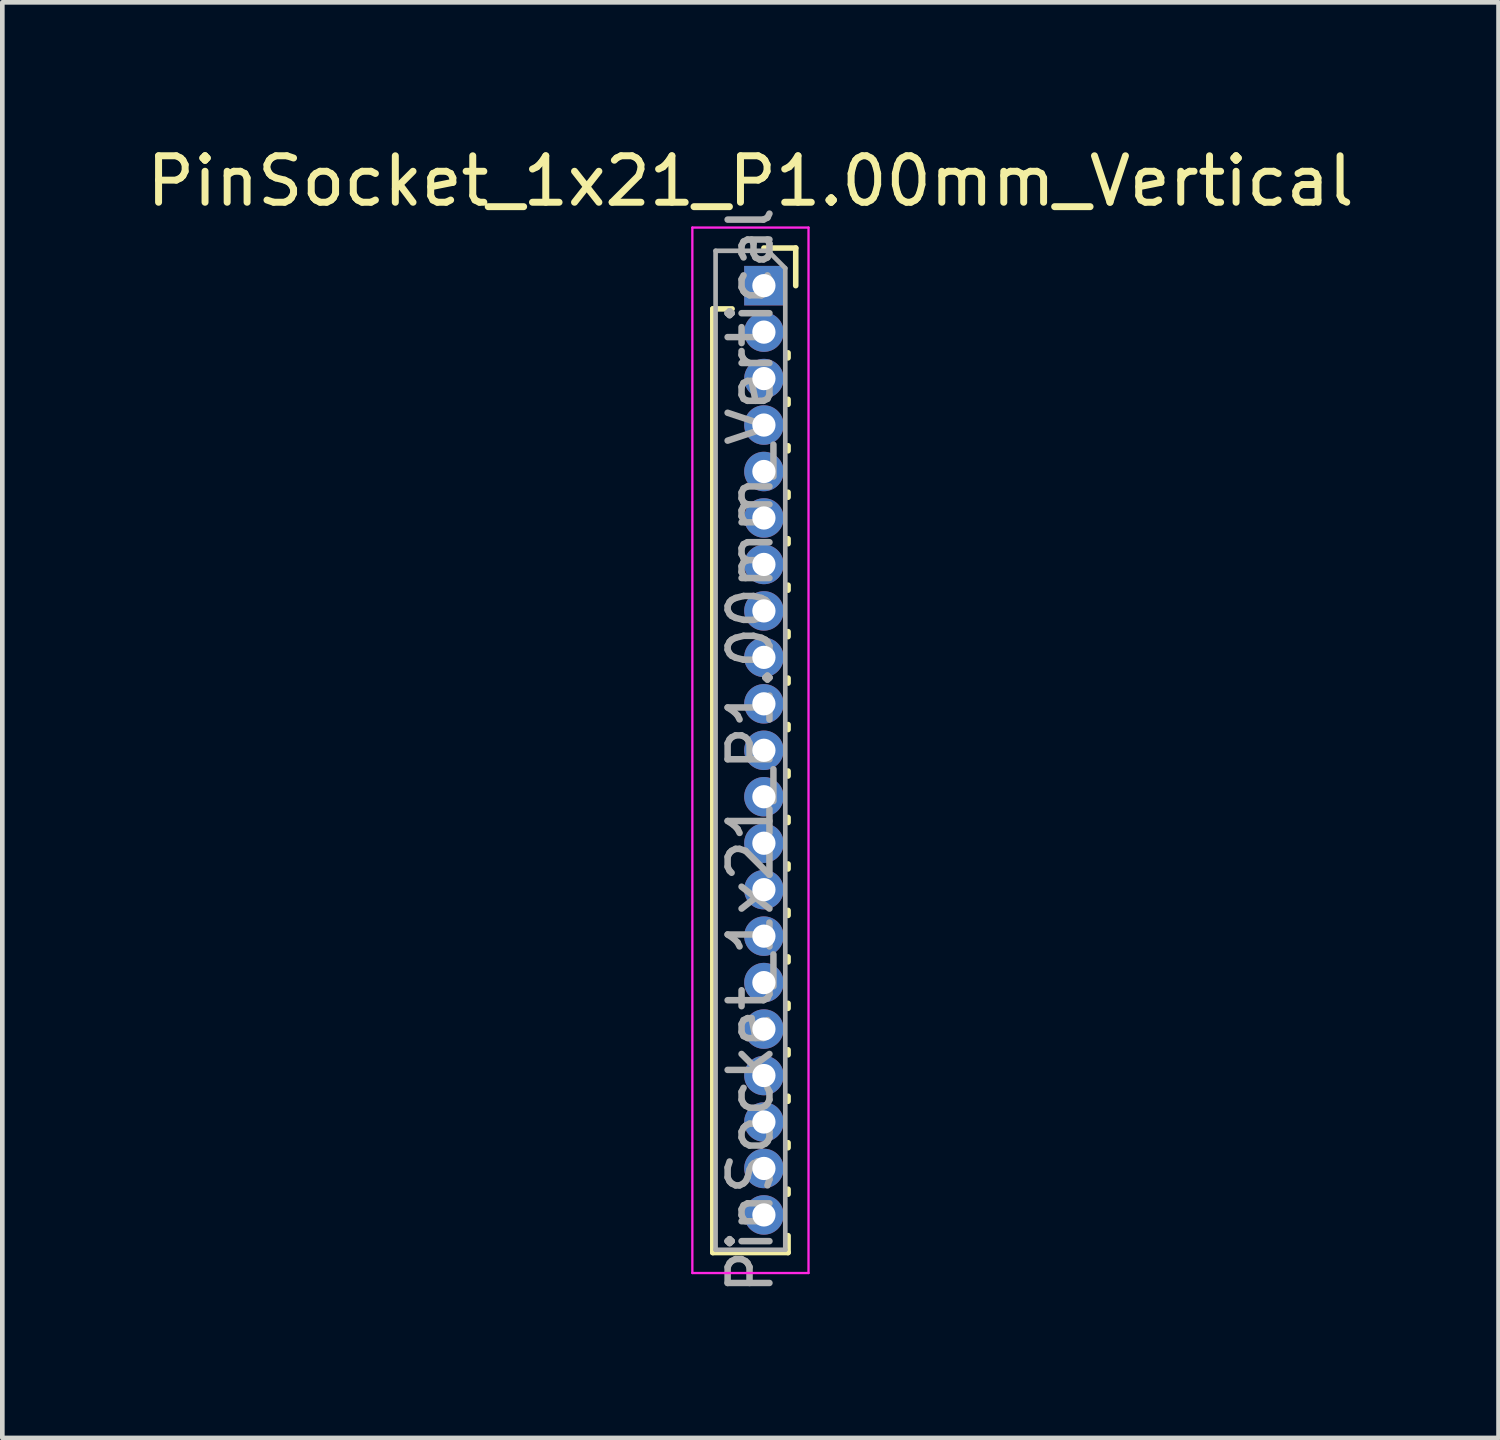
<source format=kicad_pcb>
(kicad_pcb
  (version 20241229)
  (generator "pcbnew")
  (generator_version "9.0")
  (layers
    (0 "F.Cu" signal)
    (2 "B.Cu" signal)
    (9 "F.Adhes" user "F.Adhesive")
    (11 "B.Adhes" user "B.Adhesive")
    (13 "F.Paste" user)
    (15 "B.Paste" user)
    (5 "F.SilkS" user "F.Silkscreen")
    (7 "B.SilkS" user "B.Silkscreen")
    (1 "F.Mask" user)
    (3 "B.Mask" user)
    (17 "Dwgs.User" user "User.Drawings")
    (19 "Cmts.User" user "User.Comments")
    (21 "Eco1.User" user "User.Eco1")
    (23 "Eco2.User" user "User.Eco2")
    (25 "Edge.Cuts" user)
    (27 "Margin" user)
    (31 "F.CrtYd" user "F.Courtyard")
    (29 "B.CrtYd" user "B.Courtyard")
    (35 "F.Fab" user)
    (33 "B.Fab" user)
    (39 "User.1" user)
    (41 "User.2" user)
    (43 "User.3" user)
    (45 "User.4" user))
  (footprint "PinSocket_1x21_P1.00mm_Vertical"
    (layer "F.Cu")
    (at 13.391 3.098)
    (property "Reference" "PinSocket_1x21_P1.00mm_Vertical" (at -0.29 -2.25 0) (layer "F.SilkS") (effects (font (size 1 1) (thickness 0.15))))
    (attr through_hole)
    (fp_line (start -1.1 0.5) (end -1.1 20.81) (stroke (width 0.12) (type solid)) (layer "F.SilkS"))
    (fp_line (start -1.1 0.5) (end -0.685 0.5) (stroke (width 0.12) (type solid)) (layer "F.SilkS"))
    (fp_line (start -1.1 20.81) (end 0.52 20.81) (stroke (width 0.12) (type solid)) (layer "F.SilkS"))
    (fp_line (start 0 -0.81) (end 0.685 -0.81) (stroke (width 0.12) (type solid)) (layer "F.SilkS"))
    (fp_line (start 0.52 1.446) (end 0.52 1.554) (stroke (width 0.12) (type solid)) (layer "F.SilkS"))
    (fp_line (start 0.52 2.446) (end 0.52 2.554) (stroke (width 0.12) (type solid)) (layer "F.SilkS"))
    (fp_line (start 0.52 3.446) (end 0.52 3.554) (stroke (width 0.12) (type solid)) (layer "F.SilkS"))
    (fp_line (start 0.52 4.446) (end 0.52 4.554) (stroke (width 0.12) (type solid)) (layer "F.SilkS"))
    (fp_line (start 0.52 5.446) (end 0.52 5.554) (stroke (width 0.12) (type solid)) (layer "F.SilkS"))
    (fp_line (start 0.52 6.446) (end 0.52 6.554) (stroke (width 0.12) (type solid)) (layer "F.SilkS"))
    (fp_line (start 0.52 7.446) (end 0.52 7.554) (stroke (width 0.12) (type solid)) (layer "F.SilkS"))
    (fp_line (start 0.52 8.446) (end 0.52 8.554) (stroke (width 0.12) (type solid)) (layer "F.SilkS"))
    (fp_line (start 0.52 9.446) (end 0.52 9.554) (stroke (width 0.12) (type solid)) (layer "F.SilkS"))
    (fp_line (start 0.52 10.446) (end 0.52 10.554) (stroke (width 0.12) (type solid)) (layer "F.SilkS"))
    (fp_line (start 0.52 11.446) (end 0.52 11.554) (stroke (width 0.12) (type solid)) (layer "F.SilkS"))
    (fp_line (start 0.52 12.446) (end 0.52 12.554) (stroke (width 0.12) (type solid)) (layer "F.SilkS"))
    (fp_line (start 0.52 13.446) (end 0.52 13.554) (stroke (width 0.12) (type solid)) (layer "F.SilkS"))
    (fp_line (start 0.52 14.446) (end 0.52 14.554) (stroke (width 0.12) (type solid)) (layer "F.SilkS"))
    (fp_line (start 0.52 15.446) (end 0.52 15.554) (stroke (width 0.12) (type solid)) (layer "F.SilkS"))
    (fp_line (start 0.52 16.446) (end 0.52 16.554) (stroke (width 0.12) (type solid)) (layer "F.SilkS"))
    (fp_line (start 0.52 17.446) (end 0.52 17.554) (stroke (width 0.12) (type solid)) (layer "F.SilkS"))
    (fp_line (start 0.52 18.446) (end 0.52 18.554) (stroke (width 0.12) (type solid)) (layer "F.SilkS"))
    (fp_line (start 0.52 19.446) (end 0.52 19.554) (stroke (width 0.12) (type solid)) (layer "F.SilkS"))
    (fp_line (start 0.52 20.446) (end 0.52 20.81) (stroke (width 0.12) (type solid)) (layer "F.SilkS"))
    (fp_line (start 0.685 -0.81) (end 0.685 0) (stroke (width 0.12) (type solid)) (layer "F.SilkS"))
    (fp_line (start -1.54 -1.25) (end 0.96 -1.25) (stroke (width 0.05) (type solid)) (layer "F.CrtYd"))
    (fp_line (start -1.54 21.25) (end -1.54 -1.25) (stroke (width 0.05) (type solid)) (layer "F.CrtYd"))
    (fp_line (start 0.96 -1.25) (end 0.96 21.25) (stroke (width 0.05) (type solid)) (layer "F.CrtYd"))
    (fp_line (start 0.96 21.25) (end -1.54 21.25) (stroke (width 0.05) (type solid)) (layer "F.CrtYd"))
    (fp_line (start -1.04 -0.75) (end 0.085 -0.75) (stroke (width 0.1) (type solid)) (layer "F.Fab"))
    (fp_line (start -1.04 20.75) (end -1.04 -0.75) (stroke (width 0.1) (type solid)) (layer "F.Fab"))
    (fp_line (start 0.085 -0.75) (end 0.46 -0.375) (stroke (width 0.1) (type solid)) (layer "F.Fab"))
    (fp_line (start 0.46 -0.375) (end 0.46 20.75) (stroke (width 0.1) (type solid)) (layer "F.Fab"))
    (fp_line (start 0.46 20.75) (end -1.04 20.75) (stroke (width 0.1) (type solid)) (layer "F.Fab"))
    (fp_text user "${REFERENCE}" (at -0.29 10 90) (layer "F.Fab") (effects (font (size 0.9 0.9) (thickness 0.14))))
    (pad "1" thru_hole rect (at 0 0) (size 0.85 0.85) (drill 0.5) (layers "*.Cu" "*.Mask"))
    (pad "2" thru_hole circle (at 0 1) (size 0.85 0.85) (drill 0.5) (layers "*.Cu" "*.Mask"))
    (pad "3" thru_hole circle (at 0 2) (size 0.85 0.85) (drill 0.5) (layers "*.Cu" "*.Mask"))
    (pad "4" thru_hole circle (at 0 3) (size 0.85 0.85) (drill 0.5) (layers "*.Cu" "*.Mask"))
    (pad "5" thru_hole circle (at 0 4) (size 0.85 0.85) (drill 0.5) (layers "*.Cu" "*.Mask"))
    (pad "6" thru_hole circle (at 0 5) (size 0.85 0.85) (drill 0.5) (layers "*.Cu" "*.Mask"))
    (pad "7" thru_hole circle (at 0 6) (size 0.85 0.85) (drill 0.5) (layers "*.Cu" "*.Mask"))
    (pad "8" thru_hole circle (at 0 7) (size 0.85 0.85) (drill 0.5) (layers "*.Cu" "*.Mask"))
    (pad "9" thru_hole circle (at 0 8) (size 0.85 0.85) (drill 0.5) (layers "*.Cu" "*.Mask"))
    (pad "10" thru_hole circle (at 0 9) (size 0.85 0.85) (drill 0.5) (layers "*.Cu" "*.Mask"))
    (pad "11" thru_hole circle (at 0 10) (size 0.85 0.85) (drill 0.5) (layers "*.Cu" "*.Mask"))
    (pad "12" thru_hole circle (at 0 11) (size 0.85 0.85) (drill 0.5) (layers "*.Cu" "*.Mask"))
    (pad "13" thru_hole circle (at 0 12) (size 0.85 0.85) (drill 0.5) (layers "*.Cu" "*.Mask"))
    (pad "14" thru_hole circle (at 0 13) (size 0.85 0.85) (drill 0.5) (layers "*.Cu" "*.Mask"))
    (pad "15" thru_hole circle (at 0 14) (size 0.85 0.85) (drill 0.5) (layers "*.Cu" "*.Mask"))
    (pad "16" thru_hole circle (at 0 15) (size 0.85 0.85) (drill 0.5) (layers "*.Cu" "*.Mask"))
    (pad "17" thru_hole circle (at 0 16) (size 0.85 0.85) (drill 0.5) (layers "*.Cu" "*.Mask"))
    (pad "18" thru_hole circle (at 0 17) (size 0.85 0.85) (drill 0.5) (layers "*.Cu" "*.Mask"))
    (pad "19" thru_hole circle (at 0 18) (size 0.85 0.85) (drill 0.5) (layers "*.Cu" "*.Mask"))
    (pad "20" thru_hole circle (at 0 19) (size 0.85 0.85) (drill 0.5) (layers "*.Cu" "*.Mask"))
    (pad "21" thru_hole circle (at 0 20) (size 0.85 0.85) (drill 0.5) (layers "*.Cu" "*.Mask")))
  (gr_rect
    (start -3 -3)
    (end 29.202 27.897)
    (stroke (width 0.1) (type default))
    (fill no)
    (layer "Edge.Cuts")))
</source>
